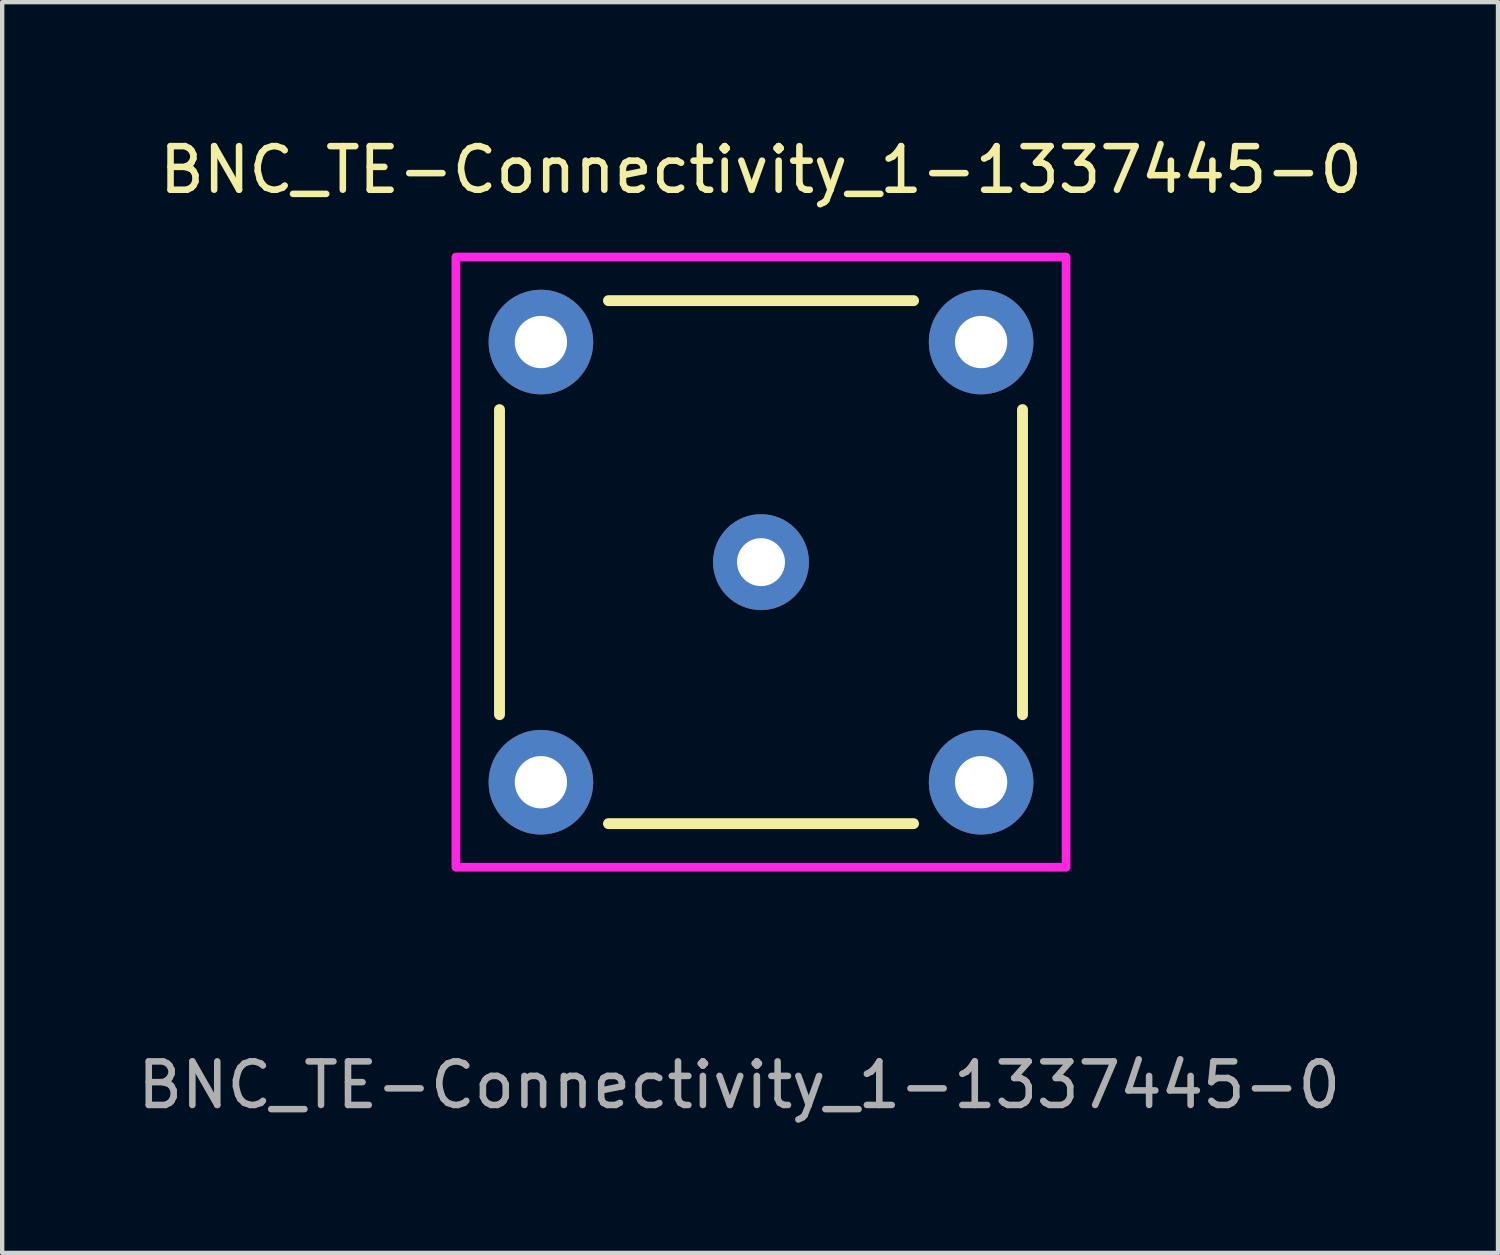
<source format=kicad_pcb>
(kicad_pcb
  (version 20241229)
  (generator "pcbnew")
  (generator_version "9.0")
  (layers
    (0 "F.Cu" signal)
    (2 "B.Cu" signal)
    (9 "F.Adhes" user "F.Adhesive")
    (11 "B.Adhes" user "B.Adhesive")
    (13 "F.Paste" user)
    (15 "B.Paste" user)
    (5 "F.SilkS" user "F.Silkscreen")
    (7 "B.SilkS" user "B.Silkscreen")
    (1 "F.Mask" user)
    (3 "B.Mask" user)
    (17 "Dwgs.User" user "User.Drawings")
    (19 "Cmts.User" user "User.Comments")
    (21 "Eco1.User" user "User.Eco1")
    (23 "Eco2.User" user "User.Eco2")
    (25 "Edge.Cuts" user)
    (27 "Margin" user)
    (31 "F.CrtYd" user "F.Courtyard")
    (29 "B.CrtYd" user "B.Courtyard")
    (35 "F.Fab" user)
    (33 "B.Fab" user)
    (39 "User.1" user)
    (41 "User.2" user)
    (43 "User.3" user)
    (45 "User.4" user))
  (footprint "BNC_TE-Connectivity_1-1337445-0"
    (layer "F.Cu")
    (at 14.411 9.848)
    (property "Reference" "BNC_TE-Connectivity_1-1337445-0" (at 0 -9 0) (unlocked yes) (layer "F.SilkS") (effects (font (size 1 1) (thickness 0.15))))
    (attr through_hole)
    (fp_line (start -6 3.5) (end -6 -3.5) (stroke (width 0.25) (type default)) (layer "F.SilkS"))
    (fp_line (start -3.5 -6) (end 3.5 -6) (stroke (width 0.25) (type default)) (layer "F.SilkS"))
    (fp_line (start 3.5 6) (end -3.5 6) (stroke (width 0.25) (type default)) (layer "F.SilkS"))
    (fp_line (start 6 -3.5) (end 6 3.5) (stroke (width 0.25) (type default)) (layer "F.SilkS"))
    (fp_rect (start -7 -7) (end 7 7) (stroke (width 0.2) (type default)) (fill no) (layer "F.CrtYd"))
    (fp_text user "${REFERENCE}" (at -0.5 12 0) (unlocked yes) (layer "F.Fab") (effects (font (size 1 1) (thickness 0.15))))
    (pad "1" thru_hole circle (at 0 0) (size 2.2 2.2) (drill 1.1) (layers "*.Cu" "*.Mask"))
    (pad "2" thru_hole circle (at -5.05 -5.05) (size 2.4 2.4) (drill 1.2) (layers "*.Cu" "*.Mask"))
    (pad "2" thru_hole circle (at -5.05 5.05) (size 2.4 2.4) (drill 1.2) (layers "*.Cu" "*.Mask"))
    (pad "2" thru_hole circle (at 5.05 -5.05) (size 2.4 2.4) (drill 1.2) (layers "*.Cu" "*.Mask"))
    (pad "2" thru_hole circle (at 5.05 5.05) (size 2.4 2.4) (drill 1.2) (layers "*.Cu" "*.Mask")))
  (gr_rect
    (start -3 -3)
    (end 31.321 25.697)
    (stroke (width 0.1) (type default))
    (fill no)
    (layer "Edge.Cuts")))
</source>
